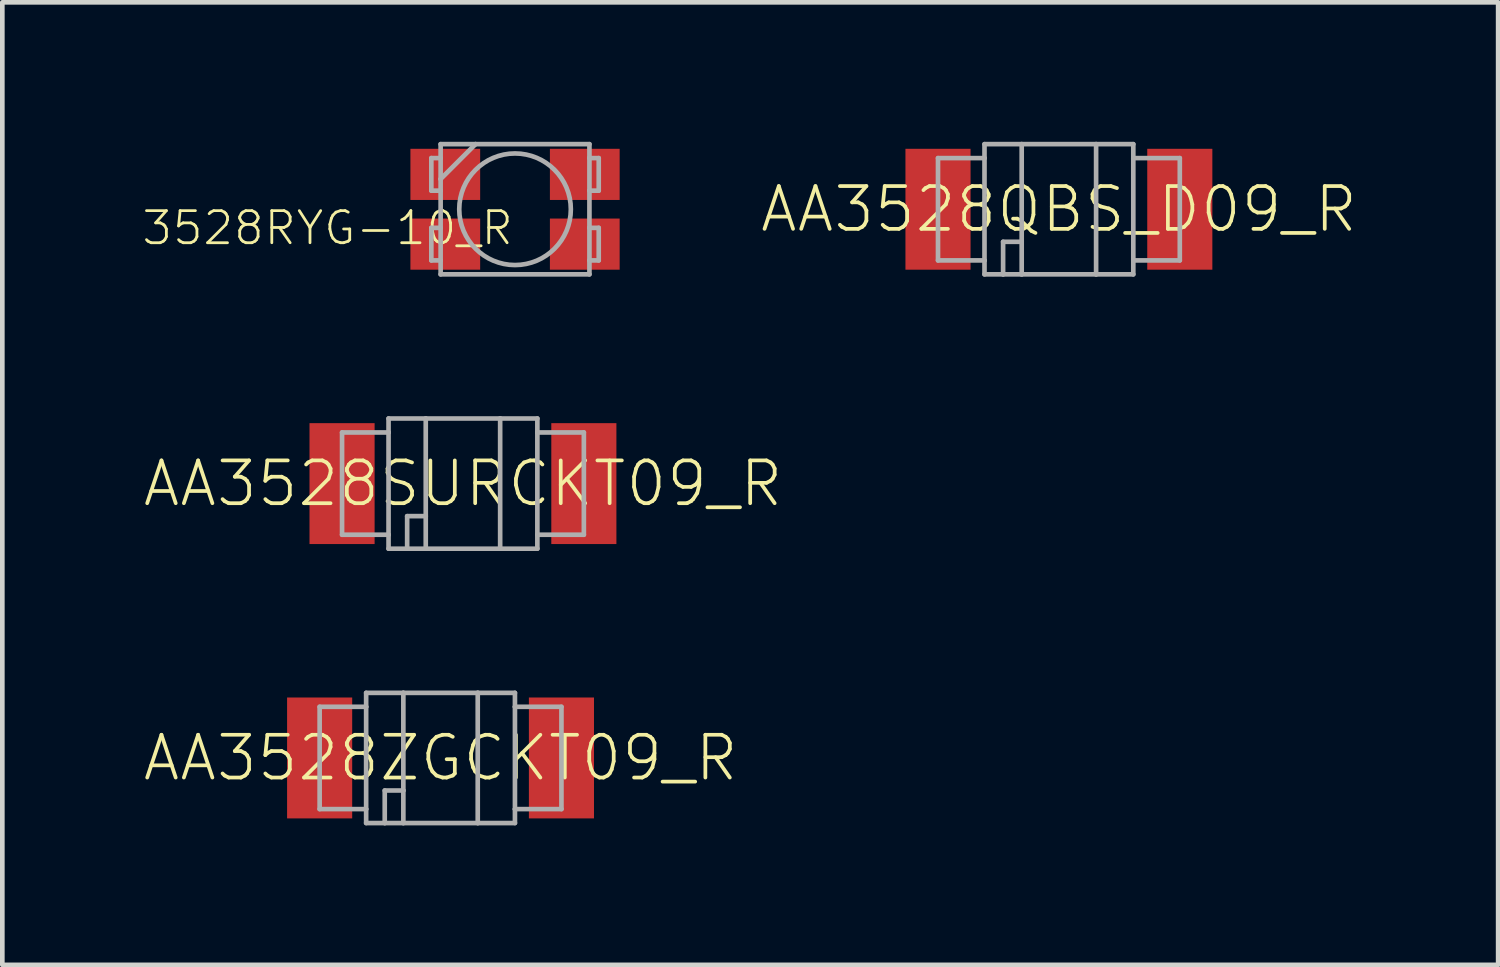
<source format=kicad_pcb>
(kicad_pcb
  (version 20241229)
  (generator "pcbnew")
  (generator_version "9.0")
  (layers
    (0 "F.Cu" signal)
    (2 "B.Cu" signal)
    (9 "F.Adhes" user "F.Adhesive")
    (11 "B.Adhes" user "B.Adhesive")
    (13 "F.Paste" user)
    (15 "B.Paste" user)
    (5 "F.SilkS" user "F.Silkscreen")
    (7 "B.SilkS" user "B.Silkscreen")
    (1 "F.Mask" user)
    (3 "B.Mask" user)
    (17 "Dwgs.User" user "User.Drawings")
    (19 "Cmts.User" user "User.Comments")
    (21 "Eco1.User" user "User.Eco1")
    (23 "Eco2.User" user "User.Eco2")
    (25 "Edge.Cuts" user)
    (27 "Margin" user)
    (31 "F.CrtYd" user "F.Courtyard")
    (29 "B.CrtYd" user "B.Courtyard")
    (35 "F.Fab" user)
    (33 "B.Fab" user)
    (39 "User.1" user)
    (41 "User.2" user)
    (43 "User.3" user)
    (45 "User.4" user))
  (footprint "AA3528SURCKT09_R"
    (layer "F.Cu")
    (at 6.906 7.35)
    (property "Reference" "AA3528SURCKT09_R" (at 0 0 0) (unlocked yes) (layer "F.SilkS") (effects (font (size 0.92 0.92) (thickness 0.08))))
    (fp_poly (pts (xy -1.9 1.3) (xy -3.3 1.3) (xy -3.3 -1.3) (xy -1.9 -1.3)) (stroke (width 0) (type default)) (fill yes) (layer "F.Paste"))
    (fp_poly (pts (xy 3.3 1.3) (xy 1.9 1.3) (xy 1.9 -1.3) (xy 3.3 -1.3)) (stroke (width 0) (type default)) (fill yes) (layer "F.Paste"))
    (fp_line (start -2.6 -1.1) (end -2.6 1.1) (stroke (width 0.1) (type solid)) (layer "F.Fab"))
    (fp_line (start -2.6 1.1) (end -1.6 1.1) (stroke (width 0.1) (type solid)) (layer "F.Fab"))
    (fp_line (start -1.6 -1.4) (end -0.8 -1.4) (stroke (width 0.1) (type solid)) (layer "F.Fab"))
    (fp_line (start -1.6 -1.1) (end -2.6 -1.1) (stroke (width 0.1) (type solid)) (layer "F.Fab"))
    (fp_line (start -1.6 -1.1) (end -1.6 -1.4) (stroke (width 0.1) (type solid)) (layer "F.Fab"))
    (fp_line (start -1.6 1.1) (end -1.6 -1.1) (stroke (width 0.1) (type solid)) (layer "F.Fab"))
    (fp_line (start -1.6 1.4) (end -1.6 1.1) (stroke (width 0.1) (type solid)) (layer "F.Fab"))
    (fp_line (start -1.2 0.7) (end -1.2 1.4) (stroke (width 0.1) (type solid)) (layer "F.Fab"))
    (fp_line (start -1.2 1.4) (end -1.6 1.4) (stroke (width 0.1) (type solid)) (layer "F.Fab"))
    (fp_line (start -0.8 -1.4) (end -0.8 0.7) (stroke (width 0.1) (type solid)) (layer "F.Fab"))
    (fp_line (start -0.8 -1.4) (end 0.8 -1.4) (stroke (width 0.1) (type solid)) (layer "F.Fab"))
    (fp_line (start -0.8 0.7) (end -1.2 0.7) (stroke (width 0.1) (type solid)) (layer "F.Fab"))
    (fp_line (start -0.8 0.7) (end -0.8 1.4) (stroke (width 0.1) (type solid)) (layer "F.Fab"))
    (fp_line (start -0.8 1.4) (end -1.2 1.4) (stroke (width 0.1) (type solid)) (layer "F.Fab"))
    (fp_line (start 0.8 -1.4) (end 0.8 1.4) (stroke (width 0.1) (type solid)) (layer "F.Fab"))
    (fp_line (start 0.8 -1.4) (end 1.6 -1.4) (stroke (width 0.1) (type solid)) (layer "F.Fab"))
    (fp_line (start 0.8 1.4) (end -0.8 1.4) (stroke (width 0.1) (type solid)) (layer "F.Fab"))
    (fp_line (start 1.6 -1.4) (end 1.6 -1.1) (stroke (width 0.1) (type solid)) (layer "F.Fab"))
    (fp_line (start 1.6 -1.1) (end 1.6 1.1) (stroke (width 0.1) (type solid)) (layer "F.Fab"))
    (fp_line (start 1.6 -1.1) (end 2.6 -1.1) (stroke (width 0.1) (type solid)) (layer "F.Fab"))
    (fp_line (start 1.6 1.1) (end 1.6 1.4) (stroke (width 0.1) (type solid)) (layer "F.Fab"))
    (fp_line (start 1.6 1.4) (end 0.8 1.4) (stroke (width 0.1) (type solid)) (layer "F.Fab"))
    (fp_line (start 2.6 -1.1) (end 2.6 1.1) (stroke (width 0.1) (type solid)) (layer "F.Fab"))
    (fp_line (start 2.6 1.1) (end 1.6 1.1) (stroke (width 0.1) (type solid)) (layer "F.Fab"))
    (pad "1" smd rect (at -2.6 0) (size 1.4 2.6) (layers "F.Cu" "F.Mask"))
    (pad "2" smd rect (at 2.6 0) (size 1.4 2.6) (layers "F.Cu" "F.Mask")))
  (footprint "3528RYG-10_R"
    (layer "F.Cu")
    (at 8.026 1.45)
    (property "Reference" "3528RYG-10_R" (at 0 0 0) (unlocked yes) (layer "F.SilkS") (effects (font (size 0.69 0.69) (thickness 0.06)) (justify right top)))
    (fp_poly (pts (xy -0.75 -0.2) (xy -2.25 -0.2) (xy -2.25 -1.3) (xy -0.75 -1.3)) (stroke (width 0) (type default)) (fill yes) (layer "F.Paste"))
    (fp_poly (pts (xy -0.75 1.3) (xy -2.25 1.3) (xy -2.25 0.2) (xy -0.75 0.2)) (stroke (width 0) (type default)) (fill yes) (layer "F.Paste"))
    (fp_poly (pts (xy 2.25 -0.2) (xy 0.75 -0.2) (xy 0.75 -1.3) (xy 2.25 -1.3)) (stroke (width 0) (type default)) (fill yes) (layer "F.Paste"))
    (fp_poly (pts (xy 2.25 1.3) (xy 0.75 1.3) (xy 0.75 0.2) (xy 2.25 0.2)) (stroke (width 0) (type default)) (fill yes) (layer "F.Paste"))
    (fp_line (start -1.8 -1.1) (end -1.6 -1.1) (stroke (width 0.1) (type solid)) (layer "F.Fab"))
    (fp_line (start -1.8 -0.4) (end -1.8 -1.1) (stroke (width 0.1) (type solid)) (layer "F.Fab"))
    (fp_line (start -1.8 0.4) (end -1.6 0.4) (stroke (width 0.1) (type solid)) (layer "F.Fab"))
    (fp_line (start -1.8 1.1) (end -1.8 0.4) (stroke (width 0.1) (type solid)) (layer "F.Fab"))
    (fp_line (start -1.6 -1.4) (end -1.6 -1.1) (stroke (width 0.1) (type solid)) (layer "F.Fab"))
    (fp_line (start -1.6 -1.1) (end -1.6 -0.65) (stroke (width 0.1) (type solid)) (layer "F.Fab"))
    (fp_line (start -1.6 -0.65) (end -1.6 -0.4) (stroke (width 0.1) (type solid)) (layer "F.Fab"))
    (fp_line (start -1.6 -0.65) (end -0.85 -1.4) (stroke (width 0.1) (type solid)) (layer "F.Fab"))
    (fp_line (start -1.6 -0.4) (end -1.8 -0.4) (stroke (width 0.1) (type solid)) (layer "F.Fab"))
    (fp_line (start -1.6 -0.4) (end -1.6 0.4) (stroke (width 0.1) (type solid)) (layer "F.Fab"))
    (fp_line (start -1.6 0.4) (end -1.6 1.1) (stroke (width 0.1) (type solid)) (layer "F.Fab"))
    (fp_line (start -1.6 1.1) (end -1.8 1.1) (stroke (width 0.1) (type solid)) (layer "F.Fab"))
    (fp_line (start -1.6 1.1) (end -1.6 1.4) (stroke (width 0.1) (type solid)) (layer "F.Fab"))
    (fp_line (start -1.6 1.4) (end 1.6 1.4) (stroke (width 0.1) (type solid)) (layer "F.Fab"))
    (fp_line (start -0.85 -1.4) (end -1.6 -1.4) (stroke (width 0.1) (type solid)) (layer "F.Fab"))
    (fp_line (start 1.6 -1.4) (end -0.85 -1.4) (stroke (width 0.1) (type solid)) (layer "F.Fab"))
    (fp_line (start 1.6 -1.1) (end 1.6 -1.4) (stroke (width 0.1) (type solid)) (layer "F.Fab"))
    (fp_line (start 1.6 -1.1) (end 1.8 -1.1) (stroke (width 0.1) (type solid)) (layer "F.Fab"))
    (fp_line (start 1.6 -0.4) (end 1.6 -1.1) (stroke (width 0.1) (type solid)) (layer "F.Fab"))
    (fp_line (start 1.6 0.4) (end 1.6 -0.4) (stroke (width 0.1) (type solid)) (layer "F.Fab"))
    (fp_line (start 1.6 0.4) (end 1.8 0.4) (stroke (width 0.1) (type solid)) (layer "F.Fab"))
    (fp_line (start 1.6 1.1) (end 1.6 0.4) (stroke (width 0.1) (type solid)) (layer "F.Fab"))
    (fp_line (start 1.6 1.4) (end 1.6 1.1) (stroke (width 0.1) (type solid)) (layer "F.Fab"))
    (fp_line (start 1.8 -1.1) (end 1.8 -0.4) (stroke (width 0.1) (type solid)) (layer "F.Fab"))
    (fp_line (start 1.8 -0.4) (end 1.6 -0.4) (stroke (width 0.1) (type solid)) (layer "F.Fab"))
    (fp_line (start 1.8 0.4) (end 1.8 1.1) (stroke (width 0.1) (type solid)) (layer "F.Fab"))
    (fp_line (start 1.8 1.1) (end 1.6 1.1) (stroke (width 0.1) (type solid)) (layer "F.Fab"))
    (fp_circle (center 0 0) (end 1.2 0) (stroke (width 0.1) (type solid)) (fill no) (layer "F.Fab"))
    (pad "1" smd rect (at -1.5 -0.75 180) (size 1.5 1.1) (layers "F.Cu" "F.Mask"))
    (pad "2" smd rect (at -1.5 0.75 180) (size 1.5 1.1) (layers "F.Cu" "F.Mask"))
    (pad "3" smd rect (at 1.5 0.75 180) (size 1.5 1.1) (layers "F.Cu" "F.Mask"))
    (pad "4" smd rect (at 1.5 -0.75 180) (size 1.5 1.1) (layers "F.Cu" "F.Mask")))
  (footprint "AA3528ZGCKT09_R"
    (layer "F.Cu")
    (at 6.424 13.25)
    (property "Reference" "AA3528ZGCKT09_R" (at 0 0 0) (unlocked yes) (layer "F.SilkS") (effects (font (size 0.92 0.92) (thickness 0.08))))
    (fp_line (start -2.6 -1.1) (end -2.6 1.1) (stroke (width 0.1) (type solid)) (layer "F.Fab"))
    (fp_line (start -2.6 1.1) (end -1.6 1.1) (stroke (width 0.1) (type solid)) (layer "F.Fab"))
    (fp_line (start -1.6 -1.4) (end -0.8 -1.4) (stroke (width 0.1) (type solid)) (layer "F.Fab"))
    (fp_line (start -1.6 -1.1) (end -2.6 -1.1) (stroke (width 0.1) (type solid)) (layer "F.Fab"))
    (fp_line (start -1.6 -1.1) (end -1.6 -1.4) (stroke (width 0.1) (type solid)) (layer "F.Fab"))
    (fp_line (start -1.6 1.1) (end -1.6 -1.1) (stroke (width 0.1) (type solid)) (layer "F.Fab"))
    (fp_line (start -1.6 1.4) (end -1.6 1.1) (stroke (width 0.1) (type solid)) (layer "F.Fab"))
    (fp_line (start -1.2 0.7) (end -1.2 1.4) (stroke (width 0.1) (type solid)) (layer "F.Fab"))
    (fp_line (start -1.2 1.4) (end -1.6 1.4) (stroke (width 0.1) (type solid)) (layer "F.Fab"))
    (fp_line (start -0.8 -1.4) (end -0.8 0.7) (stroke (width 0.1) (type solid)) (layer "F.Fab"))
    (fp_line (start -0.8 -1.4) (end 0.8 -1.4) (stroke (width 0.1) (type solid)) (layer "F.Fab"))
    (fp_line (start -0.8 0.7) (end -1.2 0.7) (stroke (width 0.1) (type solid)) (layer "F.Fab"))
    (fp_line (start -0.8 0.7) (end -0.8 1.4) (stroke (width 0.1) (type solid)) (layer "F.Fab"))
    (fp_line (start -0.8 1.4) (end -1.2 1.4) (stroke (width 0.1) (type solid)) (layer "F.Fab"))
    (fp_line (start 0.8 -1.4) (end 0.8 1.4) (stroke (width 0.1) (type solid)) (layer "F.Fab"))
    (fp_line (start 0.8 -1.4) (end 1.6 -1.4) (stroke (width 0.1) (type solid)) (layer "F.Fab"))
    (fp_line (start 0.8 1.4) (end -0.8 1.4) (stroke (width 0.1) (type solid)) (layer "F.Fab"))
    (fp_line (start 1.6 -1.4) (end 1.6 -1.1) (stroke (width 0.1) (type solid)) (layer "F.Fab"))
    (fp_line (start 1.6 -1.1) (end 1.6 1.1) (stroke (width 0.1) (type solid)) (layer "F.Fab"))
    (fp_line (start 1.6 -1.1) (end 2.6 -1.1) (stroke (width 0.1) (type solid)) (layer "F.Fab"))
    (fp_line (start 1.6 1.1) (end 1.6 1.4) (stroke (width 0.1) (type solid)) (layer "F.Fab"))
    (fp_line (start 1.6 1.4) (end 0.8 1.4) (stroke (width 0.1) (type solid)) (layer "F.Fab"))
    (fp_line (start 2.6 -1.1) (end 2.6 1.1) (stroke (width 0.1) (type solid)) (layer "F.Fab"))
    (fp_line (start 2.6 1.1) (end 1.6 1.1) (stroke (width 0.1) (type solid)) (layer "F.Fab"))
    (pad "1" smd rect (at -2.6 0) (size 1.4 2.6) (layers "F.Cu" "F.Mask" "F.Paste"))
    (pad "2" smd rect (at 2.6 0) (size 1.4 2.6) (layers "F.Cu" "F.Mask" "F.Paste")))
  (footprint "AA3528QBS_D09_R"
    (layer "F.Cu")
    (at 19.722 1.45)
    (property "Reference" "AA3528QBS_D09_R" (at 0 0 0) (unlocked yes) (layer "F.SilkS") (effects (font (size 0.92 0.92) (thickness 0.08))))
    (fp_line (start -2.6 -1.1) (end -2.6 1.1) (stroke (width 0.1) (type solid)) (layer "F.Fab"))
    (fp_line (start -2.6 1.1) (end -1.6 1.1) (stroke (width 0.1) (type solid)) (layer "F.Fab"))
    (fp_line (start -1.6 -1.4) (end -0.8 -1.4) (stroke (width 0.1) (type solid)) (layer "F.Fab"))
    (fp_line (start -1.6 -1.1) (end -2.6 -1.1) (stroke (width 0.1) (type solid)) (layer "F.Fab"))
    (fp_line (start -1.6 -1.1) (end -1.6 -1.4) (stroke (width 0.1) (type solid)) (layer "F.Fab"))
    (fp_line (start -1.6 1.1) (end -1.6 -1.1) (stroke (width 0.1) (type solid)) (layer "F.Fab"))
    (fp_line (start -1.6 1.4) (end -1.6 1.1) (stroke (width 0.1) (type solid)) (layer "F.Fab"))
    (fp_line (start -1.2 0.7) (end -1.2 1.4) (stroke (width 0.1) (type solid)) (layer "F.Fab"))
    (fp_line (start -1.2 1.4) (end -1.6 1.4) (stroke (width 0.1) (type solid)) (layer "F.Fab"))
    (fp_line (start -0.8 -1.4) (end -0.8 0.7) (stroke (width 0.1) (type solid)) (layer "F.Fab"))
    (fp_line (start -0.8 -1.4) (end 0.8 -1.4) (stroke (width 0.1) (type solid)) (layer "F.Fab"))
    (fp_line (start -0.8 0.7) (end -1.2 0.7) (stroke (width 0.1) (type solid)) (layer "F.Fab"))
    (fp_line (start -0.8 0.7) (end -0.8 1.4) (stroke (width 0.1) (type solid)) (layer "F.Fab"))
    (fp_line (start -0.8 1.4) (end -1.2 1.4) (stroke (width 0.1) (type solid)) (layer "F.Fab"))
    (fp_line (start 0.8 -1.4) (end 0.8 1.4) (stroke (width 0.1) (type solid)) (layer "F.Fab"))
    (fp_line (start 0.8 -1.4) (end 1.6 -1.4) (stroke (width 0.1) (type solid)) (layer "F.Fab"))
    (fp_line (start 0.8 1.4) (end -0.8 1.4) (stroke (width 0.1) (type solid)) (layer "F.Fab"))
    (fp_line (start 1.6 -1.4) (end 1.6 -1.1) (stroke (width 0.1) (type solid)) (layer "F.Fab"))
    (fp_line (start 1.6 -1.1) (end 1.6 1.1) (stroke (width 0.1) (type solid)) (layer "F.Fab"))
    (fp_line (start 1.6 -1.1) (end 2.6 -1.1) (stroke (width 0.1) (type solid)) (layer "F.Fab"))
    (fp_line (start 1.6 1.1) (end 1.6 1.4) (stroke (width 0.1) (type solid)) (layer "F.Fab"))
    (fp_line (start 1.6 1.4) (end 0.8 1.4) (stroke (width 0.1) (type solid)) (layer "F.Fab"))
    (fp_line (start 2.6 -1.1) (end 2.6 1.1) (stroke (width 0.1) (type solid)) (layer "F.Fab"))
    (fp_line (start 2.6 1.1) (end 1.6 1.1) (stroke (width 0.1) (type solid)) (layer "F.Fab"))
    (pad "1" smd rect (at -2.6 0) (size 1.4 2.6) (layers "F.Cu" "F.Mask" "F.Paste"))
    (pad "2" smd rect (at 2.6 0) (size 1.4 2.6) (layers "F.Cu" "F.Mask" "F.Paste")))
  (gr_rect
    (start -3 -3)
    (end 29.168 17.7)
    (stroke (width 0.1) (type default))
    (fill no)
    (layer "Edge.Cuts")))
</source>
